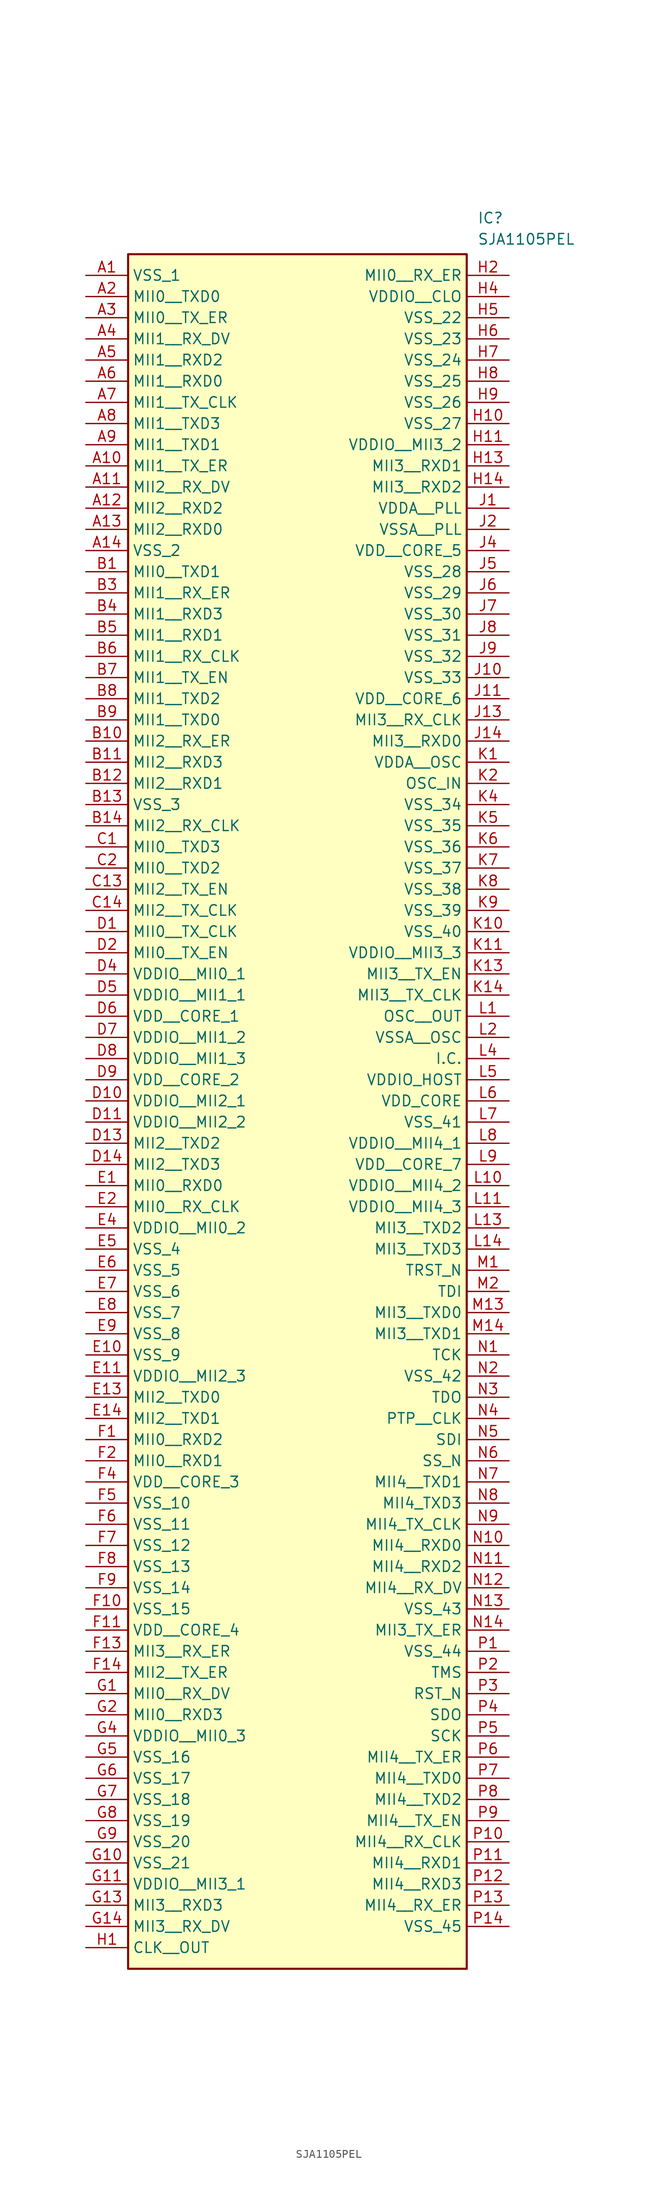
<source format=kicad_sym>
(kicad_symbol_lib
  (version 20211014)
  (generator SamacSys_ECAD_Model)
  (symbol "SJA1105PEL"
    (property "Reference" "IC"
      (at 46.99 7.62 0)
      (effects (font (size 1.27 1.27)) (justify left top)))
    (property "Value" "SJA1105PEL"
      (at 46.99 5.08 0)
      (effects (font (size 1.27 1.27)) (justify left top)))
    (rectangle
      (start 5.08 2.54)
      (end 45.72 -203.2)
      (stroke (width 0.254) (type default))
      (fill (type background)))
    (pin passive line
      (at 0 0 0)
      (length 5.08)
      (name "VSS_1" (effects (font (size 1.27 1.27))))
      (number "A1" (effects (font (size 1.27 1.27)))))
    (pin passive line
      (at 0 -2.54 0)
      (length 5.08)
      (name "MII0__TXD0" (effects (font (size 1.27 1.27))))
      (number "A2" (effects (font (size 1.27 1.27)))))
    (pin passive line
      (at 0 -5.08 0)
      (length 5.08)
      (name "MII0__TX_ER" (effects (font (size 1.27 1.27))))
      (number "A3" (effects (font (size 1.27 1.27)))))
    (pin passive line
      (at 0 -7.62 0)
      (length 5.08)
      (name "MII1__RX_DV" (effects (font (size 1.27 1.27))))
      (number "A4" (effects (font (size 1.27 1.27)))))
    (pin passive line
      (at 0 -10.16 0)
      (length 5.08)
      (name "MII1__RXD2" (effects (font (size 1.27 1.27))))
      (number "A5" (effects (font (size 1.27 1.27)))))
    (pin passive line
      (at 0 -12.7 0)
      (length 5.08)
      (name "MII1__RXD0" (effects (font (size 1.27 1.27))))
      (number "A6" (effects (font (size 1.27 1.27)))))
    (pin passive line
      (at 0 -15.24 0)
      (length 5.08)
      (name "MII1__TX_CLK" (effects (font (size 1.27 1.27))))
      (number "A7" (effects (font (size 1.27 1.27)))))
    (pin passive line
      (at 0 -17.78 0)
      (length 5.08)
      (name "MII1__TXD3" (effects (font (size 1.27 1.27))))
      (number "A8" (effects (font (size 1.27 1.27)))))
    (pin passive line
      (at 0 -20.32 0)
      (length 5.08)
      (name "MII1__TXD1" (effects (font (size 1.27 1.27))))
      (number "A9" (effects (font (size 1.27 1.27)))))
    (pin passive line
      (at 0 -22.86 0)
      (length 5.08)
      (name "MII1__TX_ER" (effects (font (size 1.27 1.27))))
      (number "A10" (effects (font (size 1.27 1.27)))))
    (pin passive line
      (at 0 -25.4 0)
      (length 5.08)
      (name "MII2__RX_DV" (effects (font (size 1.27 1.27))))
      (number "A11" (effects (font (size 1.27 1.27)))))
    (pin passive line
      (at 0 -27.94 0)
      (length 5.08)
      (name "MII2__RXD2" (effects (font (size 1.27 1.27))))
      (number "A12" (effects (font (size 1.27 1.27)))))
    (pin passive line
      (at 0 -30.48 0)
      (length 5.08)
      (name "MII2__RXD0" (effects (font (size 1.27 1.27))))
      (number "A13" (effects (font (size 1.27 1.27)))))
    (pin passive line
      (at 0 -33.02 0)
      (length 5.08)
      (name "VSS_2" (effects (font (size 1.27 1.27))))
      (number "A14" (effects (font (size 1.27 1.27)))))
    (pin passive line
      (at 0 -35.56 0)
      (length 5.08)
      (name "MII0__TXD1" (effects (font (size 1.27 1.27))))
      (number "B1" (effects (font (size 1.27 1.27)))))
    (pin passive line
      (at 0 -38.1 0)
      (length 5.08)
      (name "MII1__RX_ER" (effects (font (size 1.27 1.27))))
      (number "B3" (effects (font (size 1.27 1.27)))))
    (pin passive line
      (at 0 -40.64 0)
      (length 5.08)
      (name "MII1__RXD3" (effects (font (size 1.27 1.27))))
      (number "B4" (effects (font (size 1.27 1.27)))))
    (pin passive line
      (at 0 -43.18 0)
      (length 5.08)
      (name "MII1__RXD1" (effects (font (size 1.27 1.27))))
      (number "B5" (effects (font (size 1.27 1.27)))))
    (pin passive line
      (at 0 -45.72 0)
      (length 5.08)
      (name "MII1__RX_CLK" (effects (font (size 1.27 1.27))))
      (number "B6" (effects (font (size 1.27 1.27)))))
    (pin passive line
      (at 0 -48.26 0)
      (length 5.08)
      (name "MII1__TX_EN" (effects (font (size 1.27 1.27))))
      (number "B7" (effects (font (size 1.27 1.27)))))
    (pin passive line
      (at 0 -50.8 0)
      (length 5.08)
      (name "MII1__TXD2" (effects (font (size 1.27 1.27))))
      (number "B8" (effects (font (size 1.27 1.27)))))
    (pin passive line
      (at 0 -53.34 0)
      (length 5.08)
      (name "MII1__TXD0" (effects (font (size 1.27 1.27))))
      (number "B9" (effects (font (size 1.27 1.27)))))
    (pin passive line
      (at 0 -55.88 0)
      (length 5.08)
      (name "MII2__RX_ER" (effects (font (size 1.27 1.27))))
      (number "B10" (effects (font (size 1.27 1.27)))))
    (pin passive line
      (at 0 -58.42 0)
      (length 5.08)
      (name "MII2__RXD3" (effects (font (size 1.27 1.27))))
      (number "B11" (effects (font (size 1.27 1.27)))))
    (pin passive line
      (at 0 -60.96 0)
      (length 5.08)
      (name "MII2__RXD1" (effects (font (size 1.27 1.27))))
      (number "B12" (effects (font (size 1.27 1.27)))))
    (pin passive line
      (at 0 -63.5 0)
      (length 5.08)
      (name "VSS_3" (effects (font (size 1.27 1.27))))
      (number "B13" (effects (font (size 1.27 1.27)))))
    (pin passive line
      (at 0 -66.04 0)
      (length 5.08)
      (name "MII2__RX_CLK" (effects (font (size 1.27 1.27))))
      (number "B14" (effects (font (size 1.27 1.27)))))
    (pin passive line
      (at 0 -68.58 0)
      (length 5.08)
      (name "MII0__TXD3" (effects (font (size 1.27 1.27))))
      (number "C1" (effects (font (size 1.27 1.27)))))
    (pin passive line
      (at 0 -71.12 0)
      (length 5.08)
      (name "MII0__TXD2" (effects (font (size 1.27 1.27))))
      (number "C2" (effects (font (size 1.27 1.27)))))
    (pin passive line
      (at 0 -73.66 0)
      (length 5.08)
      (name "MII2__TX_EN" (effects (font (size 1.27 1.27))))
      (number "C13" (effects (font (size 1.27 1.27)))))
    (pin passive line
      (at 0 -76.2 0)
      (length 5.08)
      (name "MII2__TX_CLK" (effects (font (size 1.27 1.27))))
      (number "C14" (effects (font (size 1.27 1.27)))))
    (pin passive line
      (at 0 -78.74 0)
      (length 5.08)
      (name "MII0__TX_CLK" (effects (font (size 1.27 1.27))))
      (number "D1" (effects (font (size 1.27 1.27)))))
    (pin passive line
      (at 0 -81.28 0)
      (length 5.08)
      (name "MII0__TX_EN" (effects (font (size 1.27 1.27))))
      (number "D2" (effects (font (size 1.27 1.27)))))
    (pin passive line
      (at 0 -83.82 0)
      (length 5.08)
      (name "VDDIO__MII0_1" (effects (font (size 1.27 1.27))))
      (number "D4" (effects (font (size 1.27 1.27)))))
    (pin passive line
      (at 0 -86.36 0)
      (length 5.08)
      (name "VDDIO__MII1_1" (effects (font (size 1.27 1.27))))
      (number "D5" (effects (font (size 1.27 1.27)))))
    (pin passive line
      (at 0 -88.9 0)
      (length 5.08)
      (name "VDD__CORE_1" (effects (font (size 1.27 1.27))))
      (number "D6" (effects (font (size 1.27 1.27)))))
    (pin passive line
      (at 0 -91.44 0)
      (length 5.08)
      (name "VDDIO__MII1_2" (effects (font (size 1.27 1.27))))
      (number "D7" (effects (font (size 1.27 1.27)))))
    (pin passive line
      (at 0 -93.98 0)
      (length 5.08)
      (name "VDDIO__MII1_3" (effects (font (size 1.27 1.27))))
      (number "D8" (effects (font (size 1.27 1.27)))))
    (pin passive line
      (at 0 -96.52 0)
      (length 5.08)
      (name "VDD__CORE_2" (effects (font (size 1.27 1.27))))
      (number "D9" (effects (font (size 1.27 1.27)))))
    (pin passive line
      (at 0 -99.06 0)
      (length 5.08)
      (name "VDDIO__MII2_1" (effects (font (size 1.27 1.27))))
      (number "D10" (effects (font (size 1.27 1.27)))))
    (pin passive line
      (at 0 -101.6 0)
      (length 5.08)
      (name "VDDIO__MII2_2" (effects (font (size 1.27 1.27))))
      (number "D11" (effects (font (size 1.27 1.27)))))
    (pin passive line
      (at 0 -104.14 0)
      (length 5.08)
      (name "MII2__TXD2" (effects (font (size 1.27 1.27))))
      (number "D13" (effects (font (size 1.27 1.27)))))
    (pin passive line
      (at 0 -106.68 0)
      (length 5.08)
      (name "MII2__TXD3" (effects (font (size 1.27 1.27))))
      (number "D14" (effects (font (size 1.27 1.27)))))
    (pin passive line
      (at 0 -109.22 0)
      (length 5.08)
      (name "MII0__RXD0" (effects (font (size 1.27 1.27))))
      (number "E1" (effects (font (size 1.27 1.27)))))
    (pin passive line
      (at 0 -111.76 0)
      (length 5.08)
      (name "MII0__RX_CLK" (effects (font (size 1.27 1.27))))
      (number "E2" (effects (font (size 1.27 1.27)))))
    (pin passive line
      (at 0 -114.3 0)
      (length 5.08)
      (name "VDDIO__MII0_2" (effects (font (size 1.27 1.27))))
      (number "E4" (effects (font (size 1.27 1.27)))))
    (pin passive line
      (at 0 -116.84 0)
      (length 5.08)
      (name "VSS_4" (effects (font (size 1.27 1.27))))
      (number "E5" (effects (font (size 1.27 1.27)))))
    (pin passive line
      (at 0 -119.38 0)
      (length 5.08)
      (name "VSS_5" (effects (font (size 1.27 1.27))))
      (number "E6" (effects (font (size 1.27 1.27)))))
    (pin passive line
      (at 0 -121.92 0)
      (length 5.08)
      (name "VSS_6" (effects (font (size 1.27 1.27))))
      (number "E7" (effects (font (size 1.27 1.27)))))
    (pin passive line
      (at 0 -124.46 0)
      (length 5.08)
      (name "VSS_7" (effects (font (size 1.27 1.27))))
      (number "E8" (effects (font (size 1.27 1.27)))))
    (pin passive line
      (at 0 -127 0)
      (length 5.08)
      (name "VSS_8" (effects (font (size 1.27 1.27))))
      (number "E9" (effects (font (size 1.27 1.27)))))
    (pin passive line
      (at 0 -129.54 0)
      (length 5.08)
      (name "VSS_9" (effects (font (size 1.27 1.27))))
      (number "E10" (effects (font (size 1.27 1.27)))))
    (pin passive line
      (at 0 -132.08 0)
      (length 5.08)
      (name "VDDIO__MII2_3" (effects (font (size 1.27 1.27))))
      (number "E11" (effects (font (size 1.27 1.27)))))
    (pin passive line
      (at 0 -134.62 0)
      (length 5.08)
      (name "MII2__TXD0" (effects (font (size 1.27 1.27))))
      (number "E13" (effects (font (size 1.27 1.27)))))
    (pin passive line
      (at 0 -137.16 0)
      (length 5.08)
      (name "MII2__TXD1" (effects (font (size 1.27 1.27))))
      (number "E14" (effects (font (size 1.27 1.27)))))
    (pin passive line
      (at 0 -139.7 0)
      (length 5.08)
      (name "MII0__RXD2" (effects (font (size 1.27 1.27))))
      (number "F1" (effects (font (size 1.27 1.27)))))
    (pin passive line
      (at 0 -142.24 0)
      (length 5.08)
      (name "MII0__RXD1" (effects (font (size 1.27 1.27))))
      (number "F2" (effects (font (size 1.27 1.27)))))
    (pin passive line
      (at 0 -144.78 0)
      (length 5.08)
      (name "VDD__CORE_3" (effects (font (size 1.27 1.27))))
      (number "F4" (effects (font (size 1.27 1.27)))))
    (pin passive line
      (at 0 -147.32 0)
      (length 5.08)
      (name "VSS_10" (effects (font (size 1.27 1.27))))
      (number "F5" (effects (font (size 1.27 1.27)))))
    (pin passive line
      (at 0 -149.86 0)
      (length 5.08)
      (name "VSS_11" (effects (font (size 1.27 1.27))))
      (number "F6" (effects (font (size 1.27 1.27)))))
    (pin passive line
      (at 0 -152.4 0)
      (length 5.08)
      (name "VSS_12" (effects (font (size 1.27 1.27))))
      (number "F7" (effects (font (size 1.27 1.27)))))
    (pin passive line
      (at 0 -154.94 0)
      (length 5.08)
      (name "VSS_13" (effects (font (size 1.27 1.27))))
      (number "F8" (effects (font (size 1.27 1.27)))))
    (pin passive line
      (at 0 -157.48 0)
      (length 5.08)
      (name "VSS_14" (effects (font (size 1.27 1.27))))
      (number "F9" (effects (font (size 1.27 1.27)))))
    (pin passive line
      (at 0 -160.02 0)
      (length 5.08)
      (name "VSS_15" (effects (font (size 1.27 1.27))))
      (number "F10" (effects (font (size 1.27 1.27)))))
    (pin passive line
      (at 0 -162.56 0)
      (length 5.08)
      (name "VDD__CORE_4" (effects (font (size 1.27 1.27))))
      (number "F11" (effects (font (size 1.27 1.27)))))
    (pin passive line
      (at 0 -165.1 0)
      (length 5.08)
      (name "MII3__RX_ER" (effects (font (size 1.27 1.27))))
      (number "F13" (effects (font (size 1.27 1.27)))))
    (pin passive line
      (at 0 -167.64 0)
      (length 5.08)
      (name "MII2__TX_ER" (effects (font (size 1.27 1.27))))
      (number "F14" (effects (font (size 1.27 1.27)))))
    (pin passive line
      (at 0 -170.18 0)
      (length 5.08)
      (name "MII0__RX_DV" (effects (font (size 1.27 1.27))))
      (number "G1" (effects (font (size 1.27 1.27)))))
    (pin passive line
      (at 0 -172.72 0)
      (length 5.08)
      (name "MII0__RXD3" (effects (font (size 1.27 1.27))))
      (number "G2" (effects (font (size 1.27 1.27)))))
    (pin passive line
      (at 0 -175.26 0)
      (length 5.08)
      (name "VDDIO__MII0_3" (effects (font (size 1.27 1.27))))
      (number "G4" (effects (font (size 1.27 1.27)))))
    (pin passive line
      (at 0 -177.8 0)
      (length 5.08)
      (name "VSS_16" (effects (font (size 1.27 1.27))))
      (number "G5" (effects (font (size 1.27 1.27)))))
    (pin passive line
      (at 0 -180.34 0)
      (length 5.08)
      (name "VSS_17" (effects (font (size 1.27 1.27))))
      (number "G6" (effects (font (size 1.27 1.27)))))
    (pin passive line
      (at 0 -182.88 0)
      (length 5.08)
      (name "VSS_18" (effects (font (size 1.27 1.27))))
      (number "G7" (effects (font (size 1.27 1.27)))))
    (pin passive line
      (at 0 -185.42 0)
      (length 5.08)
      (name "VSS_19" (effects (font (size 1.27 1.27))))
      (number "G8" (effects (font (size 1.27 1.27)))))
    (pin passive line
      (at 0 -187.96 0)
      (length 5.08)
      (name "VSS_20" (effects (font (size 1.27 1.27))))
      (number "G9" (effects (font (size 1.27 1.27)))))
    (pin passive line
      (at 0 -190.5 0)
      (length 5.08)
      (name "VSS_21" (effects (font (size 1.27 1.27))))
      (number "G10" (effects (font (size 1.27 1.27)))))
    (pin passive line
      (at 0 -193.04 0)
      (length 5.08)
      (name "VDDIO__MII3_1" (effects (font (size 1.27 1.27))))
      (number "G11" (effects (font (size 1.27 1.27)))))
    (pin passive line
      (at 0 -195.58 0)
      (length 5.08)
      (name "MII3__RXD3" (effects (font (size 1.27 1.27))))
      (number "G13" (effects (font (size 1.27 1.27)))))
    (pin passive line
      (at 0 -198.12 0)
      (length 5.08)
      (name "MII3__RX_DV" (effects (font (size 1.27 1.27))))
      (number "G14" (effects (font (size 1.27 1.27)))))
    (pin passive line
      (at 0 -200.66 0)
      (length 5.08)
      (name "CLK__OUT" (effects (font (size 1.27 1.27))))
      (number "H1" (effects (font (size 1.27 1.27)))))
    (pin passive line
      (at 50.8 0 180)
      (length 5.08)
      (name "MII0__RX_ER" (effects (font (size 1.27 1.27))))
      (number "H2" (effects (font (size 1.27 1.27)))))
    (pin passive line
      (at 50.8 -2.54 180)
      (length 5.08)
      (name "VDDIO__CLO" (effects (font (size 1.27 1.27))))
      (number "H4" (effects (font (size 1.27 1.27)))))
    (pin passive line
      (at 50.8 -5.08 180)
      (length 5.08)
      (name "VSS_22" (effects (font (size 1.27 1.27))))
      (number "H5" (effects (font (size 1.27 1.27)))))
    (pin passive line
      (at 50.8 -7.62 180)
      (length 5.08)
      (name "VSS_23" (effects (font (size 1.27 1.27))))
      (number "H6" (effects (font (size 1.27 1.27)))))
    (pin passive line
      (at 50.8 -10.16 180)
      (length 5.08)
      (name "VSS_24" (effects (font (size 1.27 1.27))))
      (number "H7" (effects (font (size 1.27 1.27)))))
    (pin passive line
      (at 50.8 -12.7 180)
      (length 5.08)
      (name "VSS_25" (effects (font (size 1.27 1.27))))
      (number "H8" (effects (font (size 1.27 1.27)))))
    (pin passive line
      (at 50.8 -15.24 180)
      (length 5.08)
      (name "VSS_26" (effects (font (size 1.27 1.27))))
      (number "H9" (effects (font (size 1.27 1.27)))))
    (pin passive line
      (at 50.8 -17.78 180)
      (length 5.08)
      (name "VSS_27" (effects (font (size 1.27 1.27))))
      (number "H10" (effects (font (size 1.27 1.27)))))
    (pin passive line
      (at 50.8 -20.32 180)
      (length 5.08)
      (name "VDDIO__MII3_2" (effects (font (size 1.27 1.27))))
      (number "H11" (effects (font (size 1.27 1.27)))))
    (pin passive line
      (at 50.8 -22.86 180)
      (length 5.08)
      (name "MII3__RXD1" (effects (font (size 1.27 1.27))))
      (number "H13" (effects (font (size 1.27 1.27)))))
    (pin passive line
      (at 50.8 -25.4 180)
      (length 5.08)
      (name "MII3__RXD2" (effects (font (size 1.27 1.27))))
      (number "H14" (effects (font (size 1.27 1.27)))))
    (pin passive line
      (at 50.8 -27.94 180)
      (length 5.08)
      (name "VDDA__PLL" (effects (font (size 1.27 1.27))))
      (number "J1" (effects (font (size 1.27 1.27)))))
    (pin passive line
      (at 50.8 -30.48 180)
      (length 5.08)
      (name "VSSA__PLL" (effects (font (size 1.27 1.27))))
      (number "J2" (effects (font (size 1.27 1.27)))))
    (pin passive line
      (at 50.8 -33.02 180)
      (length 5.08)
      (name "VDD__CORE_5" (effects (font (size 1.27 1.27))))
      (number "J4" (effects (font (size 1.27 1.27)))))
    (pin passive line
      (at 50.8 -35.56 180)
      (length 5.08)
      (name "VSS_28" (effects (font (size 1.27 1.27))))
      (number "J5" (effects (font (size 1.27 1.27)))))
    (pin passive line
      (at 50.8 -38.1 180)
      (length 5.08)
      (name "VSS_29" (effects (font (size 1.27 1.27))))
      (number "J6" (effects (font (size 1.27 1.27)))))
    (pin passive line
      (at 50.8 -40.64 180)
      (length 5.08)
      (name "VSS_30" (effects (font (size 1.27 1.27))))
      (number "J7" (effects (font (size 1.27 1.27)))))
    (pin passive line
      (at 50.8 -43.18 180)
      (length 5.08)
      (name "VSS_31" (effects (font (size 1.27 1.27))))
      (number "J8" (effects (font (size 1.27 1.27)))))
    (pin passive line
      (at 50.8 -45.72 180)
      (length 5.08)
      (name "VSS_32" (effects (font (size 1.27 1.27))))
      (number "J9" (effects (font (size 1.27 1.27)))))
    (pin passive line
      (at 50.8 -48.26 180)
      (length 5.08)
      (name "VSS_33" (effects (font (size 1.27 1.27))))
      (number "J10" (effects (font (size 1.27 1.27)))))
    (pin passive line
      (at 50.8 -50.8 180)
      (length 5.08)
      (name "VDD__CORE_6" (effects (font (size 1.27 1.27))))
      (number "J11" (effects (font (size 1.27 1.27)))))
    (pin passive line
      (at 50.8 -53.34 180)
      (length 5.08)
      (name "MII3__RX_CLK" (effects (font (size 1.27 1.27))))
      (number "J13" (effects (font (size 1.27 1.27)))))
    (pin passive line
      (at 50.8 -55.88 180)
      (length 5.08)
      (name "MII3__RXD0" (effects (font (size 1.27 1.27))))
      (number "J14" (effects (font (size 1.27 1.27)))))
    (pin passive line
      (at 50.8 -58.42 180)
      (length 5.08)
      (name "VDDA__OSC" (effects (font (size 1.27 1.27))))
      (number "K1" (effects (font (size 1.27 1.27)))))
    (pin passive line
      (at 50.8 -60.96 180)
      (length 5.08)
      (name "OSC_IN" (effects (font (size 1.27 1.27))))
      (number "K2" (effects (font (size 1.27 1.27)))))
    (pin passive line
      (at 50.8 -63.5 180)
      (length 5.08)
      (name "VSS_34" (effects (font (size 1.27 1.27))))
      (number "K4" (effects (font (size 1.27 1.27)))))
    (pin passive line
      (at 50.8 -66.04 180)
      (length 5.08)
      (name "VSS_35" (effects (font (size 1.27 1.27))))
      (number "K5" (effects (font (size 1.27 1.27)))))
    (pin passive line
      (at 50.8 -68.58 180)
      (length 5.08)
      (name "VSS_36" (effects (font (size 1.27 1.27))))
      (number "K6" (effects (font (size 1.27 1.27)))))
    (pin passive line
      (at 50.8 -71.12 180)
      (length 5.08)
      (name "VSS_37" (effects (font (size 1.27 1.27))))
      (number "K7" (effects (font (size 1.27 1.27)))))
    (pin passive line
      (at 50.8 -73.66 180)
      (length 5.08)
      (name "VSS_38" (effects (font (size 1.27 1.27))))
      (number "K8" (effects (font (size 1.27 1.27)))))
    (pin passive line
      (at 50.8 -76.2 180)
      (length 5.08)
      (name "VSS_39" (effects (font (size 1.27 1.27))))
      (number "K9" (effects (font (size 1.27 1.27)))))
    (pin passive line
      (at 50.8 -78.74 180)
      (length 5.08)
      (name "VSS_40" (effects (font (size 1.27 1.27))))
      (number "K10" (effects (font (size 1.27 1.27)))))
    (pin passive line
      (at 50.8 -81.28 180)
      (length 5.08)
      (name "VDDIO__MII3_3" (effects (font (size 1.27 1.27))))
      (number "K11" (effects (font (size 1.27 1.27)))))
    (pin passive line
      (at 50.8 -83.82 180)
      (length 5.08)
      (name "MII3__TX_EN" (effects (font (size 1.27 1.27))))
      (number "K13" (effects (font (size 1.27 1.27)))))
    (pin passive line
      (at 50.8 -86.36 180)
      (length 5.08)
      (name "MII3__TX_CLK" (effects (font (size 1.27 1.27))))
      (number "K14" (effects (font (size 1.27 1.27)))))
    (pin passive line
      (at 50.8 -88.9 180)
      (length 5.08)
      (name "OSC__OUT" (effects (font (size 1.27 1.27))))
      (number "L1" (effects (font (size 1.27 1.27)))))
    (pin passive line
      (at 50.8 -91.44 180)
      (length 5.08)
      (name "VSSA__OSC" (effects (font (size 1.27 1.27))))
      (number "L2" (effects (font (size 1.27 1.27)))))
    (pin passive line
      (at 50.8 -93.98 180)
      (length 5.08)
      (name "I.C." (effects (font (size 1.27 1.27))))
      (number "L4" (effects (font (size 1.27 1.27)))))
    (pin passive line
      (at 50.8 -96.52 180)
      (length 5.08)
      (name "VDDIO_HOST" (effects (font (size 1.27 1.27))))
      (number "L5" (effects (font (size 1.27 1.27)))))
    (pin passive line
      (at 50.8 -99.06 180)
      (length 5.08)
      (name "VDD_CORE" (effects (font (size 1.27 1.27))))
      (number "L6" (effects (font (size 1.27 1.27)))))
    (pin passive line
      (at 50.8 -101.6 180)
      (length 5.08)
      (name "VSS_41" (effects (font (size 1.27 1.27))))
      (number "L7" (effects (font (size 1.27 1.27)))))
    (pin passive line
      (at 50.8 -104.14 180)
      (length 5.08)
      (name "VDDIO__MII4_1" (effects (font (size 1.27 1.27))))
      (number "L8" (effects (font (size 1.27 1.27)))))
    (pin passive line
      (at 50.8 -106.68 180)
      (length 5.08)
      (name "VDD__CORE_7" (effects (font (size 1.27 1.27))))
      (number "L9" (effects (font (size 1.27 1.27)))))
    (pin passive line
      (at 50.8 -109.22 180)
      (length 5.08)
      (name "VDDIO__MII4_2" (effects (font (size 1.27 1.27))))
      (number "L10" (effects (font (size 1.27 1.27)))))
    (pin passive line
      (at 50.8 -111.76 180)
      (length 5.08)
      (name "VDDIO__MII4_3" (effects (font (size 1.27 1.27))))
      (number "L11" (effects (font (size 1.27 1.27)))))
    (pin passive line
      (at 50.8 -114.3 180)
      (length 5.08)
      (name "MII3__TXD2" (effects (font (size 1.27 1.27))))
      (number "L13" (effects (font (size 1.27 1.27)))))
    (pin passive line
      (at 50.8 -116.84 180)
      (length 5.08)
      (name "MII3__TXD3" (effects (font (size 1.27 1.27))))
      (number "L14" (effects (font (size 1.27 1.27)))))
    (pin passive line
      (at 50.8 -119.38 180)
      (length 5.08)
      (name "TRST_N" (effects (font (size 1.27 1.27))))
      (number "M1" (effects (font (size 1.27 1.27)))))
    (pin passive line
      (at 50.8 -121.92 180)
      (length 5.08)
      (name "TDI" (effects (font (size 1.27 1.27))))
      (number "M2" (effects (font (size 1.27 1.27)))))
    (pin passive line
      (at 50.8 -124.46 180)
      (length 5.08)
      (name "MII3__TXD0" (effects (font (size 1.27 1.27))))
      (number "M13" (effects (font (size 1.27 1.27)))))
    (pin passive line
      (at 50.8 -127 180)
      (length 5.08)
      (name "MII3__TXD1" (effects (font (size 1.27 1.27))))
      (number "M14" (effects (font (size 1.27 1.27)))))
    (pin passive line
      (at 50.8 -129.54 180)
      (length 5.08)
      (name "TCK" (effects (font (size 1.27 1.27))))
      (number "N1" (effects (font (size 1.27 1.27)))))
    (pin passive line
      (at 50.8 -132.08 180)
      (length 5.08)
      (name "VSS_42" (effects (font (size 1.27 1.27))))
      (number "N2" (effects (font (size 1.27 1.27)))))
    (pin passive line
      (at 50.8 -134.62 180)
      (length 5.08)
      (name "TDO" (effects (font (size 1.27 1.27))))
      (number "N3" (effects (font (size 1.27 1.27)))))
    (pin passive line
      (at 50.8 -137.16 180)
      (length 5.08)
      (name "PTP__CLK" (effects (font (size 1.27 1.27))))
      (number "N4" (effects (font (size 1.27 1.27)))))
    (pin passive line
      (at 50.8 -139.7 180)
      (length 5.08)
      (name "SDI" (effects (font (size 1.27 1.27))))
      (number "N5" (effects (font (size 1.27 1.27)))))
    (pin passive line
      (at 50.8 -142.24 180)
      (length 5.08)
      (name "SS_N" (effects (font (size 1.27 1.27))))
      (number "N6" (effects (font (size 1.27 1.27)))))
    (pin passive line
      (at 50.8 -144.78 180)
      (length 5.08)
      (name "MII4__TXD1" (effects (font (size 1.27 1.27))))
      (number "N7" (effects (font (size 1.27 1.27)))))
    (pin passive line
      (at 50.8 -147.32 180)
      (length 5.08)
      (name "MII4_TXD3" (effects (font (size 1.27 1.27))))
      (number "N8" (effects (font (size 1.27 1.27)))))
    (pin passive line
      (at 50.8 -149.86 180)
      (length 5.08)
      (name "MII4_TX_CLK" (effects (font (size 1.27 1.27))))
      (number "N9" (effects (font (size 1.27 1.27)))))
    (pin passive line
      (at 50.8 -152.4 180)
      (length 5.08)
      (name "MII4__RXD0" (effects (font (size 1.27 1.27))))
      (number "N10" (effects (font (size 1.27 1.27)))))
    (pin passive line
      (at 50.8 -154.94 180)
      (length 5.08)
      (name "MII4__RXD2" (effects (font (size 1.27 1.27))))
      (number "N11" (effects (font (size 1.27 1.27)))))
    (pin passive line
      (at 50.8 -157.48 180)
      (length 5.08)
      (name "MII4__RX_DV" (effects (font (size 1.27 1.27))))
      (number "N12" (effects (font (size 1.27 1.27)))))
    (pin passive line
      (at 50.8 -160.02 180)
      (length 5.08)
      (name "VSS_43" (effects (font (size 1.27 1.27))))
      (number "N13" (effects (font (size 1.27 1.27)))))
    (pin passive line
      (at 50.8 -162.56 180)
      (length 5.08)
      (name "MII3_TX_ER" (effects (font (size 1.27 1.27))))
      (number "N14" (effects (font (size 1.27 1.27)))))
    (pin passive line
      (at 50.8 -165.1 180)
      (length 5.08)
      (name "VSS_44" (effects (font (size 1.27 1.27))))
      (number "P1" (effects (font (size 1.27 1.27)))))
    (pin passive line
      (at 50.8 -167.64 180)
      (length 5.08)
      (name "TMS" (effects (font (size 1.27 1.27))))
      (number "P2" (effects (font (size 1.27 1.27)))))
    (pin passive line
      (at 50.8 -170.18 180)
      (length 5.08)
      (name "RST_N" (effects (font (size 1.27 1.27))))
      (number "P3" (effects (font (size 1.27 1.27)))))
    (pin passive line
      (at 50.8 -172.72 180)
      (length 5.08)
      (name "SDO" (effects (font (size 1.27 1.27))))
      (number "P4" (effects (font (size 1.27 1.27)))))
    (pin passive line
      (at 50.8 -175.26 180)
      (length 5.08)
      (name "SCK" (effects (font (size 1.27 1.27))))
      (number "P5" (effects (font (size 1.27 1.27)))))
    (pin passive line
      (at 50.8 -177.8 180)
      (length 5.08)
      (name "MII4__TX_ER" (effects (font (size 1.27 1.27))))
      (number "P6" (effects (font (size 1.27 1.27)))))
    (pin passive line
      (at 50.8 -180.34 180)
      (length 5.08)
      (name "MII4__TXD0" (effects (font (size 1.27 1.27))))
      (number "P7" (effects (font (size 1.27 1.27)))))
    (pin passive line
      (at 50.8 -182.88 180)
      (length 5.08)
      (name "MII4__TXD2" (effects (font (size 1.27 1.27))))
      (number "P8" (effects (font (size 1.27 1.27)))))
    (pin passive line
      (at 50.8 -185.42 180)
      (length 5.08)
      (name "MII4__TX_EN" (effects (font (size 1.27 1.27))))
      (number "P9" (effects (font (size 1.27 1.27)))))
    (pin passive line
      (at 50.8 -187.96 180)
      (length 5.08)
      (name "MII4__RX_CLK" (effects (font (size 1.27 1.27))))
      (number "P10" (effects (font (size 1.27 1.27)))))
    (pin passive line
      (at 50.8 -190.5 180)
      (length 5.08)
      (name "MII4__RXD1" (effects (font (size 1.27 1.27))))
      (number "P11" (effects (font (size 1.27 1.27)))))
    (pin passive line
      (at 50.8 -193.04 180)
      (length 5.08)
      (name "MII4__RXD3" (effects (font (size 1.27 1.27))))
      (number "P12" (effects (font (size 1.27 1.27)))))
    (pin passive line
      (at 50.8 -195.58 180)
      (length 5.08)
      (name "MII4__RX_ER" (effects (font (size 1.27 1.27))))
      (number "P13" (effects (font (size 1.27 1.27)))))
    (pin passive line
      (at 50.8 -198.12 180)
      (length 5.08)
      (name "VSS_45" (effects (font (size 1.27 1.27))))
      (number "P14" (effects (font (size 1.27 1.27)))))))
</source>
